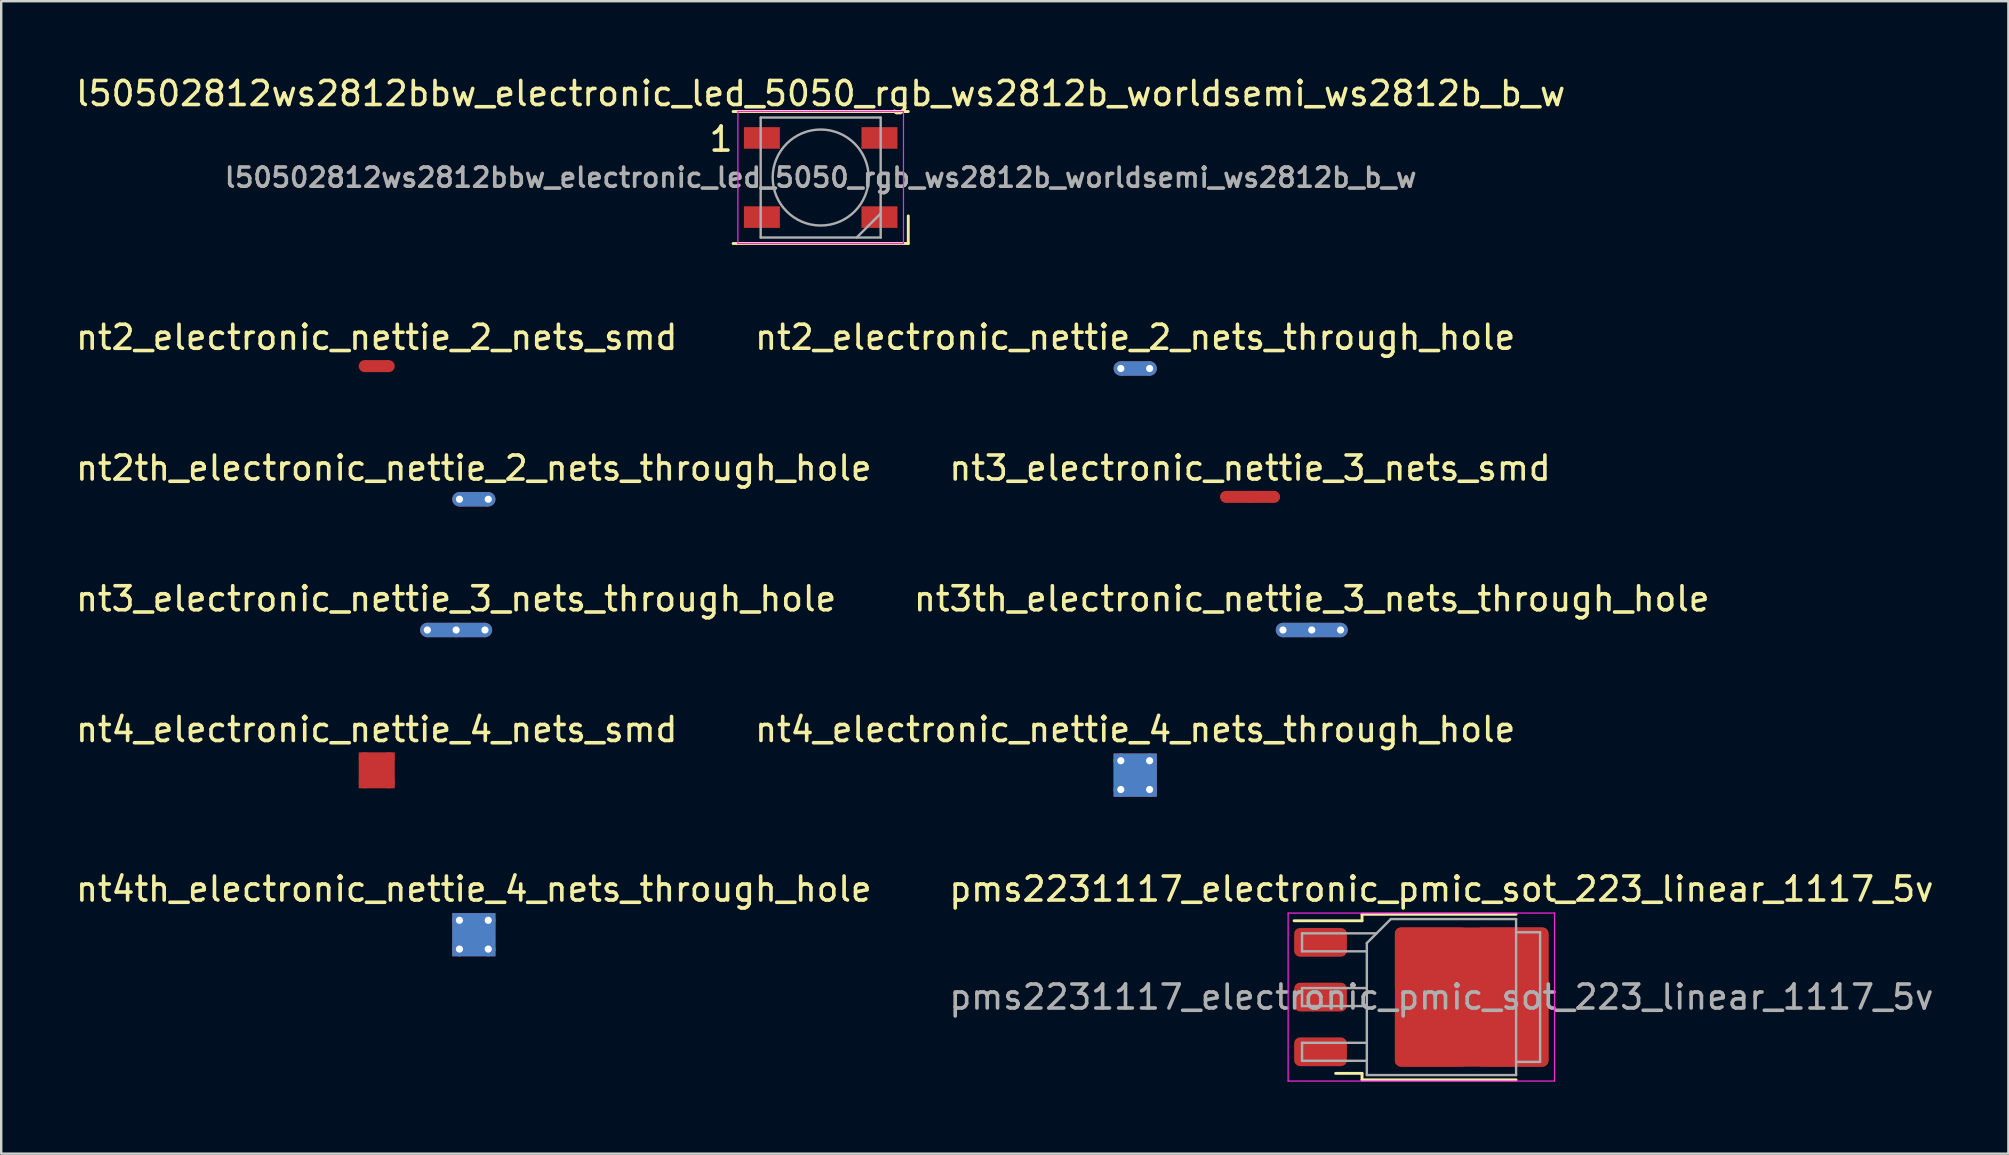
<source format=kicad_pcb>
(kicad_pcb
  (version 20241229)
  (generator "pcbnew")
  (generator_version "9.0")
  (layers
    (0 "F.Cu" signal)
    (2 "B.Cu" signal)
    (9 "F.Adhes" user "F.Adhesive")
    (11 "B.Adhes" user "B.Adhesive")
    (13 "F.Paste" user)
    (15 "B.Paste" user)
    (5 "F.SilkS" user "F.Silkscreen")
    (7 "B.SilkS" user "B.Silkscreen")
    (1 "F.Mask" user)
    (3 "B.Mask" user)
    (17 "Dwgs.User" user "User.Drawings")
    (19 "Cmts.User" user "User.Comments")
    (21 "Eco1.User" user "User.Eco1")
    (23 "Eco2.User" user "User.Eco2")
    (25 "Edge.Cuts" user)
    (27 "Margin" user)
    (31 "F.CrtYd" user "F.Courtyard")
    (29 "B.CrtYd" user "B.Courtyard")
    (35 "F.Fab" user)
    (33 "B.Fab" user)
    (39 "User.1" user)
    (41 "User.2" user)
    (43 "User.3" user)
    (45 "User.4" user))
  (footprint "nt2_electronic_nettie_2_nets_through_hole"
    (layer "F.Cu")
    (at 43.656 12.306)
    (property "Reference" "nt2_electronic_nettie_2_nets_through_hole" (at 0.6 -1.3 0) (layer "F.SilkS") (effects (font (size 1 1) (thickness 0.15))))
    (attr exclude_from_pos_files exclude_from_bom)
    (fp_poly (pts (xy 0 -0.3) (xy 1.2 -0.3) (xy 1.2 0.3) (xy 0 0.3)) (stroke (width 0) (type solid)) (fill yes) (layer "F.Cu"))
    (fp_poly (pts (xy 0 -0.3) (xy 1.2 -0.3) (xy 1.2 0.3) (xy 0 0.3)) (stroke (width 0) (type solid)) (fill yes) (layer "B.Cu"))
    (pad "1" thru_hole circle (at 0 0) (size 0.6 0.6) (drill 0.3) (layers "*.Cu"))
    (pad "2" thru_hole circle (at 1.2 0) (size 0.6 0.6) (drill 0.3) (layers "*.Cu")))
  (footprint "nt2th_electronic_nettie_2_nets_through_hole"
    (layer "F.Cu")
    (at 16.096 17.755)
    (property "Reference" "nt2th_electronic_nettie_2_nets_through_hole" (at 0.6 -1.3 0) (layer "F.SilkS") (effects (font (size 1 1) (thickness 0.15))))
    (attr exclude_from_pos_files exclude_from_bom)
    (fp_poly (pts (xy 0 -0.3) (xy 1.2 -0.3) (xy 1.2 0.3) (xy 0 0.3)) (stroke (width 0) (type solid)) (fill yes) (layer "F.Cu"))
    (fp_poly (pts (xy 0 -0.3) (xy 1.2 -0.3) (xy 1.2 0.3) (xy 0 0.3)) (stroke (width 0) (type solid)) (fill yes) (layer "B.Cu"))
    (pad "1" thru_hole circle (at 0 0) (size 0.6 0.6) (drill 0.3) (layers "*.Cu"))
    (pad "2" thru_hole circle (at 1.2 0) (size 0.6 0.6) (drill 0.3) (layers "*.Cu")))
  (footprint "nt4_electronic_nettie_4_nets_through_hole"
    (layer "F.Cu")
    (at 43.656 28.651)
    (property "Reference" "nt4_electronic_nettie_4_nets_through_hole" (at 0.6 -1.3 0) (layer "F.SilkS") (effects (font (size 1 1) (thickness 0.15))))
    (attr exclude_from_pos_files exclude_from_bom)
    (fp_poly (pts (xy -0.3 -0.3) (xy 1.5 -0.3) (xy 1.5 1.5) (xy -0.3 1.5)) (stroke (width 0) (type solid)) (fill yes) (layer "F.Cu"))
    (fp_poly (pts (xy -0.3 -0.3) (xy 1.5 -0.3) (xy 1.5 1.5) (xy -0.3 1.5)) (stroke (width 0) (type solid)) (fill yes) (layer "B.Cu"))
    (pad "1" thru_hole circle (at 0 0) (size 0.6 0.6) (drill 0.3) (layers "*.Cu"))
    (pad "2" thru_hole circle (at 1.2 0) (size 0.6 0.6) (drill 0.3) (layers "*.Cu"))
    (pad "3" thru_hole circle (at 0 1.2) (size 0.6 0.6) (drill 0.3) (layers "*.Cu"))
    (pad "4" thru_hole circle (at 1.2 1.2) (size 0.6 0.6) (drill 0.3) (layers "*.Cu")))
  (footprint "nt3th_electronic_nettie_3_nets_through_hole"
    (layer "F.Cu")
    (at 50.413 23.203)
    (property "Reference" "nt3th_electronic_nettie_3_nets_through_hole" (at 1.2 -1.3 0) (layer "F.SilkS") (effects (font (size 1 1) (thickness 0.15))))
    (attr exclude_from_pos_files exclude_from_bom)
    (fp_poly (pts (xy 0 -0.3) (xy 2.4 -0.3) (xy 2.4 0.3) (xy 0 0.3)) (stroke (width 0) (type solid)) (fill yes) (layer "F.Cu"))
    (fp_poly (pts (xy 0 -0.3) (xy 2.4 -0.3) (xy 2.4 0.3) (xy 0 0.3)) (stroke (width 0) (type solid)) (fill yes) (layer "B.Cu"))
    (pad "1" thru_hole circle (at 0 0) (size 0.6 0.6) (drill 0.3) (layers "*.Cu"))
    (pad "2" thru_hole circle (at 1.2 0) (size 0.6 0.6) (drill 0.3) (layers "*.Cu"))
    (pad "3" thru_hole circle (at 2.4 0) (size 0.6 0.6) (drill 0.3) (layers "*.Cu")))
  (footprint "pms2231117_electronic_pmic_sot_223_linear_1117_5v"
    (layer "F.Cu")
    (at 57.018 38.499)
    (property "Reference" "pms2231117_electronic_pmic_sot_223_linear_1117_5v" (at 0 -4.5 0) (layer "F.SilkS") (effects (font (size 1 1) (thickness 0.15))))
    (attr smd)
    (fp_line (start -3.31 -3.45) (end -3.31 -3.18) (stroke (width 0.12) (type solid)) (layer "F.SilkS"))
    (fp_line (start -3.31 -3.18) (end -6.14 -3.18) (stroke (width 0.12) (type solid)) (layer "F.SilkS"))
    (fp_line (start -3.31 3.18) (end -4.41 3.18) (stroke (width 0.12) (type solid)) (layer "F.SilkS"))
    (fp_line (start -3.31 3.45) (end -3.31 3.18) (stroke (width 0.12) (type solid)) (layer "F.SilkS"))
    (fp_line (start 3.11 -3.45) (end -3.31 -3.45) (stroke (width 0.12) (type solid)) (layer "F.SilkS"))
    (fp_line (start 3.11 3.45) (end -3.31 3.45) (stroke (width 0.12) (type solid)) (layer "F.SilkS"))
    (fp_line (start -6.39 -3.5) (end -6.39 3.5) (stroke (width 0.05) (type solid)) (layer "F.CrtYd"))
    (fp_line (start -6.39 3.5) (end 4.71 3.5) (stroke (width 0.05) (type solid)) (layer "F.CrtYd"))
    (fp_line (start 4.71 -3.5) (end -6.39 -3.5) (stroke (width 0.05) (type solid)) (layer "F.CrtYd"))
    (fp_line (start 4.71 3.5) (end 4.71 -3.5) (stroke (width 0.05) (type solid)) (layer "F.CrtYd"))
    (fp_line (start -5.81 -2.655) (end -5.81 -1.905) (stroke (width 0.1) (type solid)) (layer "F.Fab"))
    (fp_line (start -5.81 -1.905) (end -3.11 -1.905) (stroke (width 0.1) (type solid)) (layer "F.Fab"))
    (fp_line (start -5.81 -0.375) (end -5.81 0.375) (stroke (width 0.1) (type solid)) (layer "F.Fab"))
    (fp_line (start -5.81 0.375) (end -3.11 0.375) (stroke (width 0.1) (type solid)) (layer "F.Fab"))
    (fp_line (start -5.81 1.905) (end -5.81 2.655) (stroke (width 0.1) (type solid)) (layer "F.Fab"))
    (fp_line (start -5.81 2.655) (end -3.11 2.655) (stroke (width 0.1) (type solid)) (layer "F.Fab"))
    (fp_line (start -3.11 -2.25) (end -2.11 -3.25) (stroke (width 0.1) (type solid)) (layer "F.Fab"))
    (fp_line (start -3.11 -0.375) (end -5.81 -0.375) (stroke (width 0.1) (type solid)) (layer "F.Fab"))
    (fp_line (start -3.11 1.905) (end -5.81 1.905) (stroke (width 0.1) (type solid)) (layer "F.Fab"))
    (fp_line (start -3.11 3.25) (end -3.11 -2.25) (stroke (width 0.1) (type solid)) (layer "F.Fab"))
    (fp_line (start -2.705 -2.655) (end -5.81 -2.655) (stroke (width 0.1) (type solid)) (layer "F.Fab"))
    (fp_line (start -2.11 -3.25) (end 3.11 -3.25) (stroke (width 0.1) (type solid)) (layer "F.Fab"))
    (fp_line (start 3.11 -3.25) (end 3.11 3.25) (stroke (width 0.1) (type solid)) (layer "F.Fab"))
    (fp_line (start 3.11 -2.7) (end 4.11 -2.7) (stroke (width 0.1) (type solid)) (layer "F.Fab"))
    (fp_line (start 3.11 3.25) (end -3.11 3.25) (stroke (width 0.1) (type solid)) (layer "F.Fab"))
    (fp_line (start 4.11 -2.7) (end 4.11 2.7) (stroke (width 0.1) (type solid)) (layer "F.Fab"))
    (fp_line (start 4.11 2.7) (end 3.11 2.7) (stroke (width 0.1) (type solid)) (layer "F.Fab"))
    (fp_text user "${REFERENCE}" (at 0 0 0) (layer "F.Fab") (effects (font (size 1 1) (thickness 0.15))))
    (pad "1" smd roundrect (at -5.04 -2.28) (size 2.2 1.2) (layers "F.Cu" "F.Mask" "F.Paste") (roundrect_rratio 0.208))
    (pad "2" smd roundrect (at -5.04 0) (size 2.2 1.2) (layers "F.Cu" "F.Mask" "F.Paste") (roundrect_rratio 0.208))
    (pad "2" smd roundrect (at -0.415 -1.525) (size 3.05 2.75) (layers "F.Cu" "F.Paste") (roundrect_rratio 0.091))
    (pad "2" smd roundrect (at -0.415 1.525) (size 3.05 2.75) (layers "F.Cu" "F.Paste") (roundrect_rratio 0.091))
    (pad "2" smd roundrect (at 1.26 0) (size 6.4 5.8) (layers "F.Cu" "F.Mask") (roundrect_rratio 0.043))
    (pad "2" smd roundrect (at 2.935 -1.525) (size 3.05 2.75) (layers "F.Cu" "F.Paste") (roundrect_rratio 0.091))
    (pad "2" smd roundrect (at 2.935 1.525) (size 3.05 2.75) (layers "F.Cu" "F.Paste") (roundrect_rratio 0.091))
    (pad "3" smd roundrect (at -5.04 2.28) (size 2.2 1.2) (layers "F.Cu" "F.Mask" "F.Paste") (roundrect_rratio 0.208)))
  (footprint "nt3_electronic_nettie_3_nets_smd"
    (layer "F.Cu")
    (at 49.042 17.655)
    (property "Reference" "nt3_electronic_nettie_3_nets_smd" (at 0 -1.2 0) (layer "F.SilkS") (effects (font (size 1 1) (thickness 0.15))))
    (attr exclude_from_pos_files exclude_from_bom)
    (fp_poly (pts (xy -1 -0.25) (xy 1 -0.25) (xy 1 0.25) (xy -1 0.25)) (stroke (width 0) (type solid)) (fill yes) (layer "F.Cu"))
    (pad "1" smd circle (at -1 0) (size 0.5 0.5) (layers "F.Cu"))
    (pad "2" smd circle (at 0 0) (size 0.5 0.5) (layers "F.Cu"))
    (pad "3" smd circle (at 1 0) (size 0.5 0.5) (layers "F.Cu")))
  (footprint "nt4_electronic_nettie_4_nets_smd"
    (layer "F.Cu")
    (at 12.649 29.051)
    (property "Reference" "nt4_electronic_nettie_4_nets_smd" (at 0 -1.7 0) (layer "F.SilkS") (effects (font (size 1 1) (thickness 0.15))))
    (attr exclude_from_pos_files exclude_from_bom)
    (fp_poly (pts (xy -0.75 -0.75) (xy 0.75 -0.75) (xy 0.75 0.75) (xy -0.75 0.75)) (stroke (width 0) (type solid)) (fill yes) (layer "F.Cu"))
    (pad "1" smd circle (at -0.5 -0.5) (size 0.5 0.5) (layers "F.Cu"))
    (pad "2" smd circle (at 0.5 -0.5) (size 0.5 0.5) (layers "F.Cu"))
    (pad "3" smd circle (at -0.5 0.5) (size 0.5 0.5) (layers "F.Cu"))
    (pad "4" smd circle (at 0.5 0.5) (size 0.5 0.5) (layers "F.Cu")))
  (footprint "nt4th_electronic_nettie_4_nets_through_hole"
    (layer "F.Cu")
    (at 16.096 35.3)
    (property "Reference" "nt4th_electronic_nettie_4_nets_through_hole" (at 0.6 -1.3 0) (layer "F.SilkS") (effects (font (size 1 1) (thickness 0.15))))
    (attr exclude_from_pos_files exclude_from_bom)
    (fp_poly (pts (xy -0.3 -0.3) (xy 1.5 -0.3) (xy 1.5 1.5) (xy -0.3 1.5)) (stroke (width 0) (type solid)) (fill yes) (layer "F.Cu"))
    (fp_poly (pts (xy -0.3 -0.3) (xy 1.5 -0.3) (xy 1.5 1.5) (xy -0.3 1.5)) (stroke (width 0) (type solid)) (fill yes) (layer "B.Cu"))
    (pad "1" thru_hole circle (at 0 0) (size 0.6 0.6) (drill 0.3) (layers "*.Cu"))
    (pad "2" thru_hole circle (at 1.2 0) (size 0.6 0.6) (drill 0.3) (layers "*.Cu"))
    (pad "3" thru_hole circle (at 0 1.2) (size 0.6 0.6) (drill 0.3) (layers "*.Cu"))
    (pad "4" thru_hole circle (at 1.2 1.2) (size 0.6 0.6) (drill 0.3) (layers "*.Cu")))
  (footprint "l50502812ws2812bbw_electronic_led_5050_rgb_ws2812b_worldsemi_ws2812b_b_w"
    (layer "F.Cu")
    (at 31.149 4.348)
    (property "Reference" "l50502812ws2812bbw_electronic_led_5050_rgb_ws2812b_worldsemi_ws2812b_b_w" (at 0 -3.5 0) (layer "F.SilkS") (effects (font (size 1 1) (thickness 0.15))))
    (attr smd)
    (fp_line (start -3.65 -2.75) (end 3.65 -2.75) (stroke (width 0.12) (type solid)) (layer "F.SilkS"))
    (fp_line (start -3.65 2.75) (end 3.65 2.75) (stroke (width 0.12) (type solid)) (layer "F.SilkS"))
    (fp_line (start 3.65 2.75) (end 3.65 1.6) (stroke (width 0.12) (type solid)) (layer "F.SilkS"))
    (fp_line (start -3.45 -2.75) (end -3.45 2.75) (stroke (width 0.05) (type solid)) (layer "F.CrtYd"))
    (fp_line (start -3.45 2.75) (end 3.45 2.75) (stroke (width 0.05) (type solid)) (layer "F.CrtYd"))
    (fp_line (start 3.45 -2.75) (end -3.45 -2.75) (stroke (width 0.05) (type solid)) (layer "F.CrtYd"))
    (fp_line (start 3.45 2.75) (end 3.45 -2.75) (stroke (width 0.05) (type solid)) (layer "F.CrtYd"))
    (fp_line (start -2.5 -2.5) (end -2.5 2.5) (stroke (width 0.1) (type solid)) (layer "F.Fab"))
    (fp_line (start -2.5 2.5) (end 2.5 2.5) (stroke (width 0.1) (type solid)) (layer "F.Fab"))
    (fp_line (start 2.5 -2.5) (end -2.5 -2.5) (stroke (width 0.1) (type solid)) (layer "F.Fab"))
    (fp_line (start 2.5 1.5) (end 1.5 2.5) (stroke (width 0.1) (type solid)) (layer "F.Fab"))
    (fp_line (start 2.5 2.5) (end 2.5 -2.5) (stroke (width 0.1) (type solid)) (layer "F.Fab"))
    (fp_circle (center 0 0) (end 0 -2) (stroke (width 0.1) (type solid)) (fill no) (layer "F.Fab"))
    (fp_text user "1" (at -4.15 -1.6 0) (layer "F.SilkS") (effects (font (size 1 1) (thickness 0.15))))
    (fp_text user "${REFERENCE}" (at 0 0 0) (layer "F.Fab") (effects (font (size 0.8 0.8) (thickness 0.15))))
    (pad "1" smd rect (at -2.45 -1.65) (size 1.5 0.9) (layers "F.Cu" "F.Mask" "F.Paste"))
    (pad "2" smd rect (at -2.45 1.65) (size 1.5 0.9) (layers "F.Cu" "F.Mask" "F.Paste"))
    (pad "3" smd rect (at 2.45 1.65) (size 1.5 0.9) (layers "F.Cu" "F.Mask" "F.Paste"))
    (pad "4" smd rect (at 2.45 -1.65) (size 1.5 0.9) (layers "F.Cu" "F.Mask" "F.Paste")))
  (footprint "nt3_electronic_nettie_3_nets_through_hole"
    (layer "F.Cu")
    (at 14.758 23.203)
    (property "Reference" "nt3_electronic_nettie_3_nets_through_hole" (at 1.2 -1.3 0) (layer "F.SilkS") (effects (font (size 1 1) (thickness 0.15))))
    (attr exclude_from_pos_files exclude_from_bom)
    (fp_poly (pts (xy 0 -0.3) (xy 2.4 -0.3) (xy 2.4 0.3) (xy 0 0.3)) (stroke (width 0) (type solid)) (fill yes) (layer "F.Cu"))
    (fp_poly (pts (xy 0 -0.3) (xy 2.4 -0.3) (xy 2.4 0.3) (xy 0 0.3)) (stroke (width 0) (type solid)) (fill yes) (layer "B.Cu"))
    (pad "1" thru_hole circle (at 0 0) (size 0.6 0.6) (drill 0.3) (layers "*.Cu"))
    (pad "2" thru_hole circle (at 1.2 0) (size 0.6 0.6) (drill 0.3) (layers "*.Cu"))
    (pad "3" thru_hole circle (at 2.4 0) (size 0.6 0.6) (drill 0.3) (layers "*.Cu")))
  (footprint "nt2_electronic_nettie_2_nets_smd"
    (layer "F.Cu")
    (at 12.649 12.207)
    (property "Reference" "nt2_electronic_nettie_2_nets_smd" (at 0 -1.2 0) (layer "F.SilkS") (effects (font (size 1 1) (thickness 0.15))))
    (attr exclude_from_pos_files exclude_from_bom)
    (fp_poly (pts (xy -0.5 -0.25) (xy 0.5 -0.25) (xy 0.5 0.25) (xy -0.5 0.25)) (stroke (width 0) (type solid)) (fill yes) (layer "F.Cu"))
    (pad "1" smd circle (at -0.5 0) (size 0.5 0.5) (layers "F.Cu"))
    (pad "2" smd circle (at 0.5 0) (size 0.5 0.5) (layers "F.Cu")))
  (gr_rect
    (start -3 -3)
    (end 80.643 45.025)
    (stroke (width 0.1) (type default))
    (fill no)
    (layer "Edge.Cuts")))
</source>
